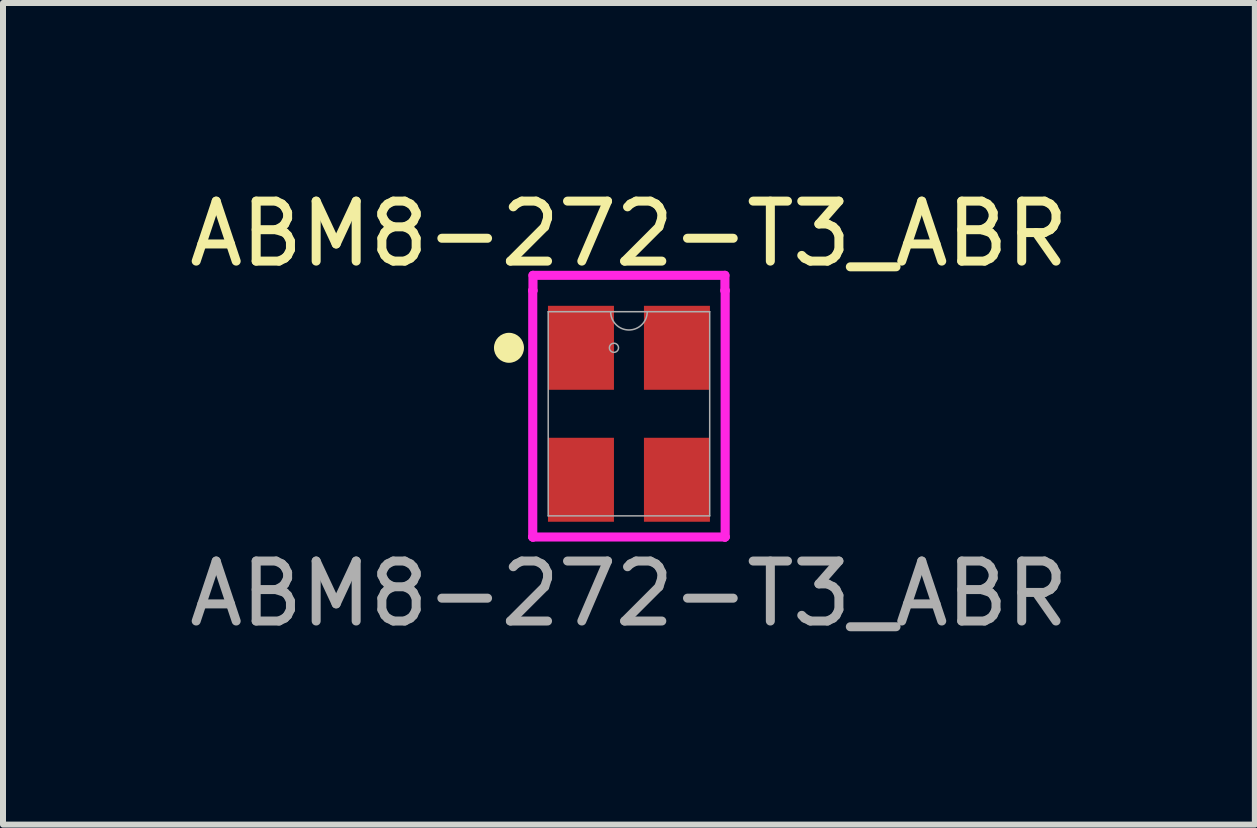
<source format=kicad_pcb>
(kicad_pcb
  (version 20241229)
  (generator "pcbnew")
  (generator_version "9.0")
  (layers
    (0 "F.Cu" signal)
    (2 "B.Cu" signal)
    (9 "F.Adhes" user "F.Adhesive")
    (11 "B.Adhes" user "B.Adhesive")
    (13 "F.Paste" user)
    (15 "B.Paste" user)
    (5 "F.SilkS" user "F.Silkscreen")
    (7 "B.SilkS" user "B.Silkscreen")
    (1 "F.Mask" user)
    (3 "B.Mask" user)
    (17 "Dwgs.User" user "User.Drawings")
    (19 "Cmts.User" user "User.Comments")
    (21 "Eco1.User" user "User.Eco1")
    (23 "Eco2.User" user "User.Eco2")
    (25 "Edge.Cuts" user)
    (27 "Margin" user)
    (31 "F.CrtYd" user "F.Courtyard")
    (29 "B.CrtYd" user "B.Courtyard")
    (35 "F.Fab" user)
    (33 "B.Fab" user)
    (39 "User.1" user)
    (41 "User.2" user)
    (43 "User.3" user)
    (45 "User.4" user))
  (footprint "ABM8-272-T3_ABR"
    (layer "F.Cu")
    (at 7.435 3.848)
    (property "Reference" "ABM8-272-T3_ABR" (at 0 -3 0) (unlocked yes) (layer "F.SilkS") (effects (font (size 1 1) (thickness 0.15))))
    (attr smd)
    (fp_circle (center -2 -1.1) (end -1.75 -1.1) (stroke (width 0) (type solid)) (fill yes) (layer "F.SilkS"))
    (fp_line (start -1.604 -2.054) (end -1.6 -2.054) (stroke (width 0.152) (type solid)) (layer "F.CrtYd"))
    (fp_line (start -1.604 2.054) (end -1.604 -2.054) (stroke (width 0.152) (type solid)) (layer "F.CrtYd"))
    (fp_line (start -1.604 2.054) (end -1.6 2.054) (stroke (width 0.152) (type solid)) (layer "F.CrtYd"))
    (fp_line (start -1.6 -2.308) (end 1.6 -2.308) (stroke (width 0.152) (type solid)) (layer "F.CrtYd"))
    (fp_line (start -1.6 -2.054) (end -1.6 -2.308) (stroke (width 0.152) (type solid)) (layer "F.CrtYd"))
    (fp_line (start -1.6 2.054) (end -1.6 2.054) (stroke (width 0.152) (type solid)) (layer "F.CrtYd"))
    (fp_line (start 1.6 -2.308) (end 1.6 -2.054) (stroke (width 0.152) (type solid)) (layer "F.CrtYd"))
    (fp_line (start 1.6 2.054) (end -1.6 2.054) (stroke (width 0.152) (type solid)) (layer "F.CrtYd"))
    (fp_line (start 1.6 2.054) (end 1.6 2.054) (stroke (width 0.152) (type solid)) (layer "F.CrtYd"))
    (fp_line (start 1.604 -2.054) (end 1.6 -2.054) (stroke (width 0.152) (type solid)) (layer "F.CrtYd"))
    (fp_line (start 1.604 -2.054) (end 1.604 2.054) (stroke (width 0.152) (type solid)) (layer "F.CrtYd"))
    (fp_line (start 1.604 2.054) (end 1.6 2.054) (stroke (width 0.152) (type solid)) (layer "F.CrtYd"))
    (fp_line (start -1.346 -1.702) (end -1.346 1.702) (stroke (width 0.025) (type solid)) (layer "F.Fab"))
    (fp_line (start -1.346 1.702) (end 1.346 1.702) (stroke (width 0.025) (type solid)) (layer "F.Fab"))
    (fp_line (start 1.346 -1.702) (end -1.346 -1.702) (stroke (width 0.025) (type solid)) (layer "F.Fab"))
    (fp_line (start 1.346 1.702) (end 1.346 -1.702) (stroke (width 0.025) (type solid)) (layer "F.Fab"))
    (fp_arc (start 0.3048 -1.7018) (mid 0 -1.397) (end -0.3048 -1.7018) (stroke (width 0.0254) (type solid)) (layer "F.Fab"))
    (fp_circle (center -0.25 -1.1) (end -0.174 -1.1) (stroke (width 0.025) (type solid)) (fill no) (layer "F.Fab"))
    (fp_text user "${REFERENCE}" (at 0 3 0) (unlocked yes) (layer "F.Fab") (effects (font (size 1 1) (thickness 0.15))))
    (pad "1" smd rect (at -0.8 -1.1) (size 1.1 1.4) (layers "F.Cu" "F.Mask" "F.Paste"))
    (pad "2" smd rect (at -0.8 1.1) (size 1.1 1.4) (layers "F.Cu" "F.Mask" "F.Paste"))
    (pad "3" smd rect (at 0.8 1.1) (size 1.1 1.4) (layers "F.Cu" "F.Mask" "F.Paste"))
    (pad "4" smd rect (at 0.8 -1.1) (size 1.1 1.4) (layers "F.Cu" "F.Mask" "F.Paste")))
  (gr_rect
    (start -3 -3)
    (end 17.869 10.697)
    (stroke (width 0.1) (type default))
    (fill no)
    (layer "Edge.Cuts")))
</source>
